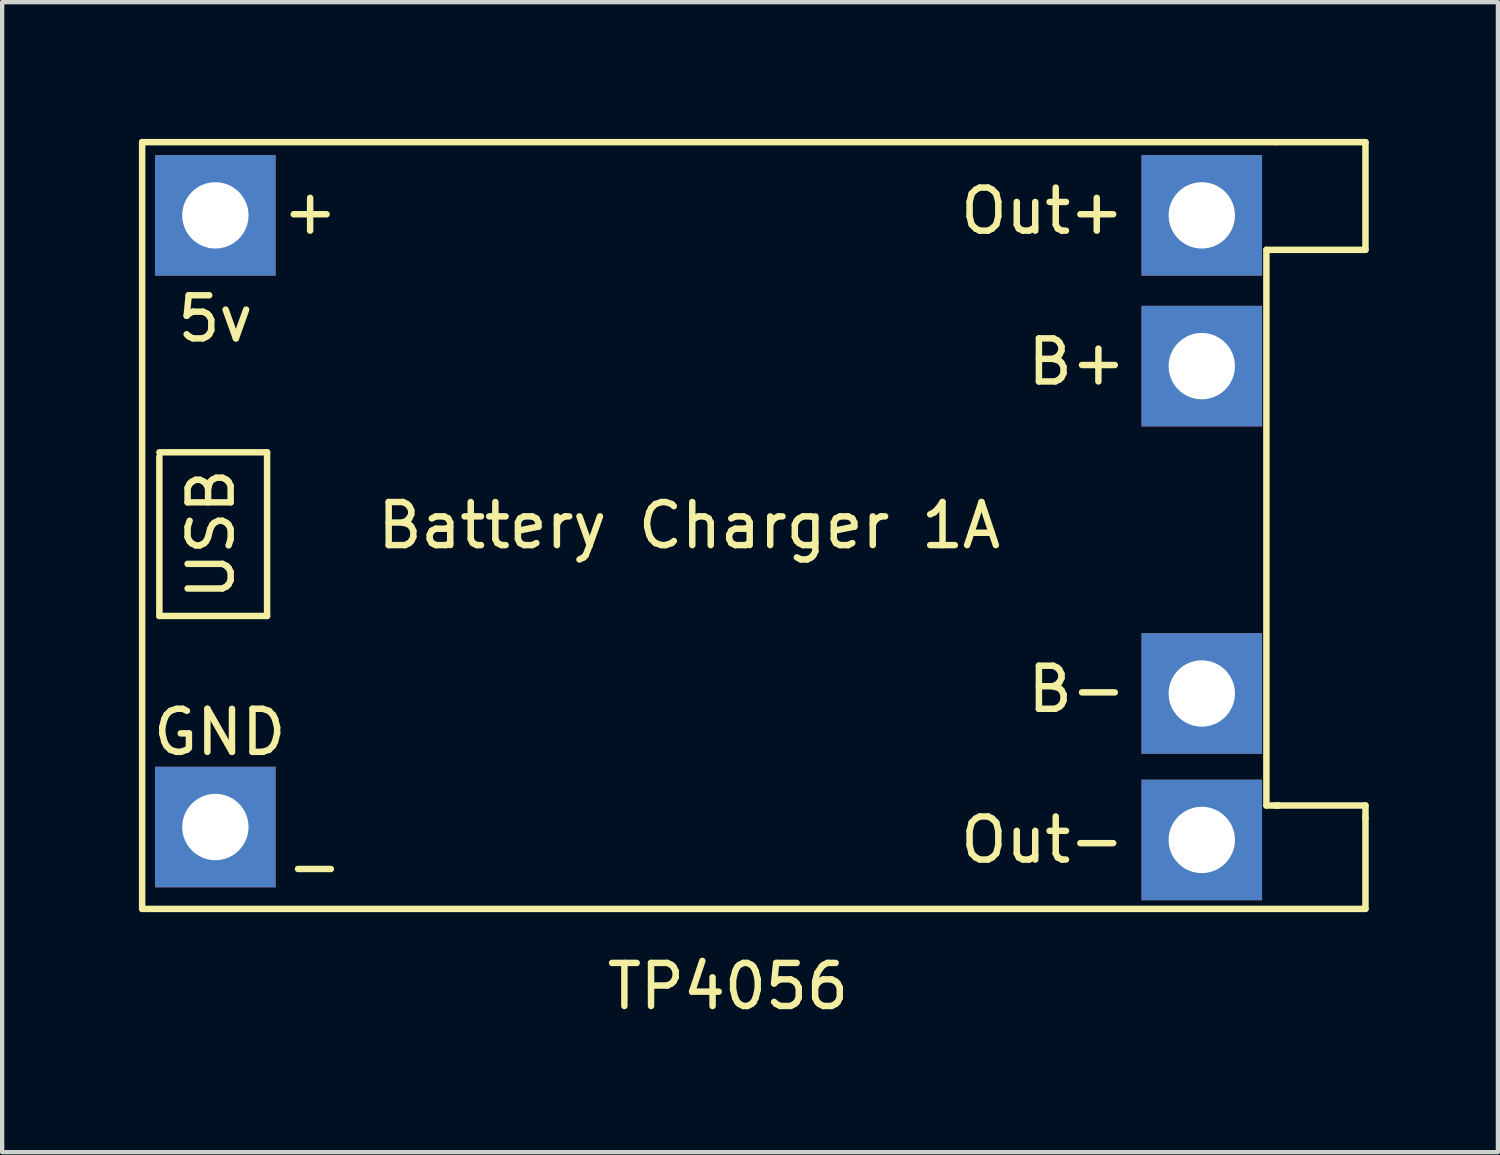
<source format=kicad_pcb>
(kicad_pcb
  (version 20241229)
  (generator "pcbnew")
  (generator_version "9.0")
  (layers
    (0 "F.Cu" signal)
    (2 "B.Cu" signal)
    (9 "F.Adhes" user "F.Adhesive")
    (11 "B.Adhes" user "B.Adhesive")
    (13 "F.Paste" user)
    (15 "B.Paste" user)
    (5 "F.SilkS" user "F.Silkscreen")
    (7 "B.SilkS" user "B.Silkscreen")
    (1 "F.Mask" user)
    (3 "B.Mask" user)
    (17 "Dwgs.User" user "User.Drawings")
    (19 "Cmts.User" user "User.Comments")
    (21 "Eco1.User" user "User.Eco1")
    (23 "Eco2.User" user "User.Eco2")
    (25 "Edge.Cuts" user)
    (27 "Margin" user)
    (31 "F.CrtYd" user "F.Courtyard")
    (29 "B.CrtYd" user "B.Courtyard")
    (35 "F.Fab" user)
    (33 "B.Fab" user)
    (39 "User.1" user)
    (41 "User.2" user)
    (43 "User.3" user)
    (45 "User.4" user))
  (footprint "TP4056"
    (layer "F.Cu")
    (at 0.25 0.25)
    (property "Reference" "TP4056" (at 13.6 19.6 0) (layer "F.SilkS") (effects (font (size 1 1) (thickness 0.15))))
    (attr through_hole)
    (fp_line (start 0 0) (end 26.3 0) (stroke (width 0.15) (type solid)) (layer "F.SilkS"))
    (fp_line (start 0 17.8) (end 0 0) (stroke (width 0.15) (type solid)) (layer "F.SilkS"))
    (fp_line (start 0.4 7.2) (end 2.9 7.2) (stroke (width 0.15) (type solid)) (layer "F.SilkS"))
    (fp_line (start 0.4 11) (end 0.4 7.3) (stroke (width 0.15) (type solid)) (layer "F.SilkS"))
    (fp_line (start 2.9 7.2) (end 2.9 11) (stroke (width 0.15) (type solid)) (layer "F.SilkS"))
    (fp_line (start 2.9 11) (end 0.4 11) (stroke (width 0.15) (type solid)) (layer "F.SilkS"))
    (fp_line (start 26.1 2.5) (end 26.1 15.4) (stroke (width 0.15) (type solid)) (layer "F.SilkS"))
    (fp_line (start 26.1 15.4) (end 26.4 15.4) (stroke (width 0.15) (type solid)) (layer "F.SilkS"))
    (fp_line (start 26.3 0) (end 28.4 0) (stroke (width 0.15) (type solid)) (layer "F.SilkS"))
    (fp_line (start 26.3 15.4) (end 28.4 15.4) (stroke (width 0.15) (type solid)) (layer "F.SilkS"))
    (fp_line (start 28.4 0) (end 28.4 2.5) (stroke (width 0.15) (type solid)) (layer "F.SilkS"))
    (fp_line (start 28.4 2.5) (end 26.1 2.5) (stroke (width 0.15) (type solid)) (layer "F.SilkS"))
    (fp_line (start 28.4 15.4) (end 28.4 15.7) (stroke (width 0.15) (type solid)) (layer "F.SilkS"))
    (fp_line (start 28.4 15.7) (end 28.4 17.8) (stroke (width 0.15) (type solid)) (layer "F.SilkS"))
    (fp_line (start 28.4 17.8) (end 0 17.8) (stroke (width 0.15) (type solid)) (layer "F.SilkS"))
    (fp_text user "USB" (at 1.6 9.1 90) (layer "F.SilkS") (effects (font (size 1 1) (thickness 0.15))))
    (fp_text user "GND" (at 1.8 13.7 0) (layer "F.SilkS") (effects (font (size 1 1) (thickness 0.15))))
    (fp_text user "B+" (at 21.7 5.1 0) (layer "F.SilkS") (effects (font (size 1 1) (thickness 0.15))))
    (fp_text user "5v" (at 1.7 4.1 0) (layer "F.SilkS") (effects (font (size 1 1) (thickness 0.15))))
    (fp_text user "Out-" (at 20.9 16.2 0) (layer "F.SilkS") (effects (font (size 1 1) (thickness 0.15))))
    (fp_text user "-" (at 4 16.8 0) (layer "F.SilkS") (effects (font (size 1 1) (thickness 0.15))))
    (fp_text user "Out+" (at 20.9 1.6 0) (layer "F.SilkS") (effects (font (size 1 1) (thickness 0.15))))
    (fp_text user "Battery Charger 1A" (at 12.7 8.9 0) (layer "F.SilkS") (effects (font (size 1 1) (thickness 0.15))))
    (fp_text user "+" (at 3.9 1.6 0) (layer "F.SilkS") (effects (font (size 1 1) (thickness 0.15))))
    (fp_text user "B-" (at 21.7 12.7 0) (layer "F.SilkS") (effects (font (size 1 1) (thickness 0.15))))
    (pad "1" thru_hole rect (at 1.7 1.7) (size 2.8 2.8) (drill 1.54) (layers "*.Cu" "*.Mask"))
    (pad "2" thru_hole rect (at 1.7 15.9) (size 2.8 2.8) (drill 1.54) (layers "*.Cu" "*.Mask"))
    (pad "3" thru_hole rect (at 24.6 1.7) (size 2.8 2.8) (drill 1.54) (layers "*.Cu" "*.Mask"))
    (pad "4" thru_hole rect (at 24.6 16.2) (size 2.8 2.8) (drill 1.54) (layers "*.Cu" "*.Mask"))
    (pad "5" thru_hole rect (at 24.6 5.2) (size 2.8 2.8) (drill 1.54) (layers "*.Cu" "*.Mask"))
    (pad "6" thru_hole rect (at 24.6 12.8) (size 2.8 2.8) (drill 1.54) (layers "*.Cu" "*.Mask")))
  (gr_rect
    (start -3 -3)
    (end 31.725 23.698)
    (stroke (width 0.1) (type default))
    (fill no)
    (layer "Edge.Cuts")))
</source>
